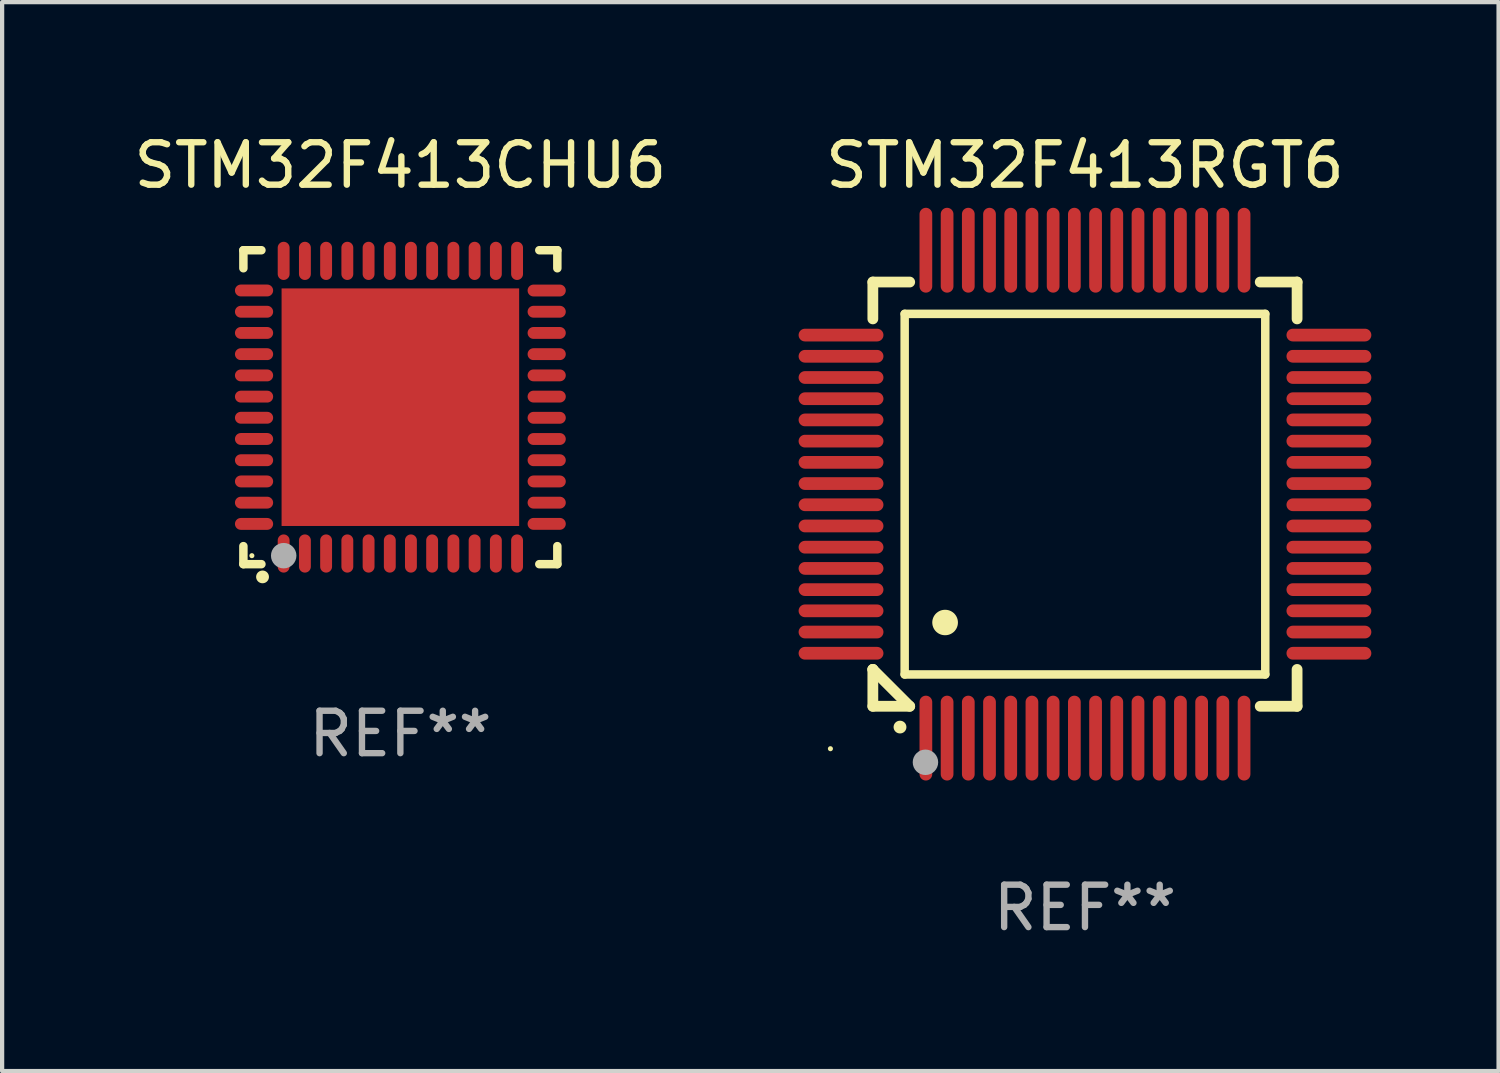
<source format=kicad_pcb>
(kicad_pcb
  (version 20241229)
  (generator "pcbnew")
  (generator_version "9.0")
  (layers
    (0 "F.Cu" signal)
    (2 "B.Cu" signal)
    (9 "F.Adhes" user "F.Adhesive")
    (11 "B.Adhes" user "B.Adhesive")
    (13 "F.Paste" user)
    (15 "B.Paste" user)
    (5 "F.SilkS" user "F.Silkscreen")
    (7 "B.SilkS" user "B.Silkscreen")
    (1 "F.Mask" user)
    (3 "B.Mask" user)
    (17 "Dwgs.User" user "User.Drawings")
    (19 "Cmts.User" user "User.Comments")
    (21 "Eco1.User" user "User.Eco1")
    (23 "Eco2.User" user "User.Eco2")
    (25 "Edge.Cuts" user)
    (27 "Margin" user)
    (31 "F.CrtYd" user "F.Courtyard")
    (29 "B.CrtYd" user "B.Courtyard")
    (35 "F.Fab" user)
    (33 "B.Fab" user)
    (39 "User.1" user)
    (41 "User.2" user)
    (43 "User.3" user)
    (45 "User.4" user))
  (footprint "STM32F413CHU6"
    (layer "F.Cu")
    (at 6.387 6.548)
    (property "Reference" "STM32F413CHU6" (at 0 -5.7 0) (layer "F.SilkS") (effects (font (size 1 1) (thickness 0.15))))
    (attr through_hole)
    (fp_line (start -3.7 -3.7) (end -3.275 -3.7) (stroke (width 0.2) (type solid)) (layer "F.SilkS"))
    (fp_line (start -3.7 -3.275) (end -3.7 -3.7) (stroke (width 0.2) (type solid)) (layer "F.SilkS"))
    (fp_line (start -3.7 3.7) (end -3.7 3.275) (stroke (width 0.2) (type solid)) (layer "F.SilkS"))
    (fp_line (start -3.275 3.7) (end -3.7 3.7) (stroke (width 0.2) (type solid)) (layer "F.SilkS"))
    (fp_line (start 3.7 -3.7) (end 3.275 -3.7) (stroke (width 0.2) (type solid)) (layer "F.SilkS"))
    (fp_line (start 3.7 -3.275) (end 3.7 -3.7) (stroke (width 0.2) (type solid)) (layer "F.SilkS"))
    (fp_line (start 3.7 3.275) (end 3.7 3.7) (stroke (width 0.2) (type solid)) (layer "F.SilkS"))
    (fp_line (start 3.7 3.7) (end 3.275 3.7) (stroke (width 0.2) (type solid)) (layer "F.SilkS"))
    (fp_arc (start -3.249936 3.999975) (mid -3.248666 3.99997) (end -3.247396 3.999975) (stroke (width 0.3) (type solid)) (layer "F.SilkS"))
    (fp_circle (center -3.5 3.5) (end -3.47 3.5) (stroke (width 0.06) (type solid)) (fill no) (layer "F.SilkS"))
    (fp_circle (center -2.75 3.5) (end -2.6 3.5) (stroke (width 0.3) (type solid)) (fill no) (layer "F.Fab"))
    (fp_text user "REF**" (at 0 7.7 0) (layer "F.Fab") (effects (font (size 1 1) (thickness 0.15))))
    (pad "1" smd oval (at -2.751 3.449) (size 0.28 0.9) (layers "F.Cu" "F.Mask" "F.Paste"))
    (pad "2" smd oval (at -2.25 3.449) (size 0.28 0.9) (layers "F.Cu" "F.Mask" "F.Paste"))
    (pad "3" smd oval (at -1.75 3.449) (size 0.28 0.9) (layers "F.Cu" "F.Mask" "F.Paste"))
    (pad "4" smd oval (at -1.25 3.449) (size 0.28 0.9) (layers "F.Cu" "F.Mask" "F.Paste"))
    (pad "5" smd oval (at -0.749 3.449) (size 0.28 0.9) (layers "F.Cu" "F.Mask" "F.Paste"))
    (pad "6" smd oval (at -0.249 3.449) (size 0.28 0.9) (layers "F.Cu" "F.Mask" "F.Paste"))
    (pad "7" smd oval (at 0.249 3.449) (size 0.28 0.9) (layers "F.Cu" "F.Mask" "F.Paste"))
    (pad "8" smd oval (at 0.749 3.449) (size 0.28 0.9) (layers "F.Cu" "F.Mask" "F.Paste"))
    (pad "9" smd oval (at 1.25 3.449) (size 0.28 0.9) (layers "F.Cu" "F.Mask" "F.Paste"))
    (pad "10" smd oval (at 1.75 3.449) (size 0.28 0.9) (layers "F.Cu" "F.Mask" "F.Paste"))
    (pad "11" smd oval (at 2.251 3.449) (size 0.28 0.9) (layers "F.Cu" "F.Mask" "F.Paste"))
    (pad "12" smd oval (at 2.751 3.449) (size 0.28 0.9) (layers "F.Cu" "F.Mask" "F.Paste"))
    (pad "13" smd oval (at 3.449 2.75) (size 0.9 0.28) (layers "F.Cu" "F.Mask" "F.Paste"))
    (pad "14" smd oval (at 3.449 2.25) (size 0.9 0.28) (layers "F.Cu" "F.Mask" "F.Paste"))
    (pad "15" smd oval (at 3.449 1.75) (size 0.9 0.28) (layers "F.Cu" "F.Mask" "F.Paste"))
    (pad "16" smd oval (at 3.449 1.25) (size 0.9 0.28) (layers "F.Cu" "F.Mask" "F.Paste"))
    (pad "17" smd oval (at 3.449 0.75) (size 0.9 0.28) (layers "F.Cu" "F.Mask" "F.Paste"))
    (pad "18" smd oval (at 3.449 0.25) (size 0.9 0.28) (layers "F.Cu" "F.Mask" "F.Paste"))
    (pad "19" smd oval (at 3.449 -0.25) (size 0.9 0.28) (layers "F.Cu" "F.Mask" "F.Paste"))
    (pad "20" smd oval (at 3.449 -0.75) (size 0.9 0.28) (layers "F.Cu" "F.Mask" "F.Paste"))
    (pad "21" smd oval (at 3.449 -1.25) (size 0.9 0.28) (layers "F.Cu" "F.Mask" "F.Paste"))
    (pad "22" smd oval (at 3.449 -1.75) (size 0.9 0.28) (layers "F.Cu" "F.Mask" "F.Paste"))
    (pad "23" smd oval (at 3.449 -2.25) (size 0.9 0.28) (layers "F.Cu" "F.Mask" "F.Paste"))
    (pad "24" smd oval (at 3.449 -2.75) (size 0.9 0.28) (layers "F.Cu" "F.Mask" "F.Paste"))
    (pad "25" smd oval (at 2.751 -3.449) (size 0.28 0.9) (layers "F.Cu" "F.Mask" "F.Paste"))
    (pad "26" smd oval (at 2.251 -3.449) (size 0.28 0.9) (layers "F.Cu" "F.Mask" "F.Paste"))
    (pad "27" smd oval (at 1.75 -3.449) (size 0.28 0.9) (layers "F.Cu" "F.Mask" "F.Paste"))
    (pad "28" smd oval (at 1.25 -3.449) (size 0.28 0.9) (layers "F.Cu" "F.Mask" "F.Paste"))
    (pad "29" smd oval (at 0.749 -3.449) (size 0.28 0.9) (layers "F.Cu" "F.Mask" "F.Paste"))
    (pad "30" smd oval (at 0.249 -3.449) (size 0.28 0.9) (layers "F.Cu" "F.Mask" "F.Paste"))
    (pad "31" smd oval (at -0.249 -3.449) (size 0.28 0.9) (layers "F.Cu" "F.Mask" "F.Paste"))
    (pad "32" smd oval (at -0.749 -3.449) (size 0.28 0.9) (layers "F.Cu" "F.Mask" "F.Paste"))
    (pad "33" smd oval (at -1.25 -3.449) (size 0.28 0.9) (layers "F.Cu" "F.Mask" "F.Paste"))
    (pad "34" smd oval (at -1.75 -3.449) (size 0.28 0.9) (layers "F.Cu" "F.Mask" "F.Paste"))
    (pad "35" smd oval (at -2.25 -3.449) (size 0.28 0.9) (layers "F.Cu" "F.Mask" "F.Paste"))
    (pad "36" smd oval (at -2.751 -3.449) (size 0.28 0.9) (layers "F.Cu" "F.Mask" "F.Paste"))
    (pad "37" smd oval (at -3.449 -2.751) (size 0.9 0.28) (layers "F.Cu" "F.Mask" "F.Paste"))
    (pad "38" smd oval (at -3.449 -2.25) (size 0.9 0.28) (layers "F.Cu" "F.Mask" "F.Paste"))
    (pad "39" smd oval (at -3.449 -1.75) (size 0.9 0.28) (layers "F.Cu" "F.Mask" "F.Paste"))
    (pad "40" smd oval (at -3.449 -1.25) (size 0.9 0.28) (layers "F.Cu" "F.Mask" "F.Paste"))
    (pad "41" smd oval (at -3.449 -0.749) (size 0.9 0.28) (layers "F.Cu" "F.Mask" "F.Paste"))
    (pad "42" smd oval (at -3.449 -0.249) (size 0.9 0.28) (layers "F.Cu" "F.Mask" "F.Paste"))
    (pad "43" smd oval (at -3.449 0.249) (size 0.9 0.28) (layers "F.Cu" "F.Mask" "F.Paste"))
    (pad "44" smd oval (at -3.449 0.749) (size 0.9 0.28) (layers "F.Cu" "F.Mask" "F.Paste"))
    (pad "45" smd oval (at -3.449 1.25) (size 0.9 0.28) (layers "F.Cu" "F.Mask" "F.Paste"))
    (pad "46" smd oval (at -3.449 1.75) (size 0.9 0.28) (layers "F.Cu" "F.Mask" "F.Paste"))
    (pad "47" smd oval (at -3.449 2.25) (size 0.9 0.28) (layers "F.Cu" "F.Mask" "F.Paste"))
    (pad "48" smd oval (at -3.449 2.751) (size 0.9 0.28) (layers "F.Cu" "F.Mask" "F.Paste"))
    (pad "49" smd rect (at 0.000076 -0.000025) (size 5.6 5.6) (layers "F.Cu" "F.Mask" "F.Paste")))
  (footprint "STM32F413RGT6"
    (layer "F.Cu")
    (at 22.524 8.598)
    (property "Reference" "STM32F413RGT6" (at 0 -7.75 0) (layer "F.SilkS") (effects (font (size 1 1) (thickness 0.15))))
    (attr through_hole)
    (fp_line (start -5 -5) (end -4.131 -5) (stroke (width 0.254) (type solid)) (layer "F.SilkS"))
    (fp_line (start -5 -4.131) (end -5 -5) (stroke (width 0.254) (type solid)) (layer "F.SilkS"))
    (fp_line (start -5 4.131) (end -5 4.131) (stroke (width 0.254) (type solid)) (layer "F.SilkS"))
    (fp_line (start -5 5) (end -5 4.131) (stroke (width 0.254) (type solid)) (layer "F.SilkS"))
    (fp_line (start -5 4.131) (end -4.131 5) (stroke (width 0.254) (type solid)) (layer "F.SilkS"))
    (fp_line (start -4.25 -4.25) (end -4.25 4.25) (stroke (width 0.2) (type solid)) (layer "F.SilkS"))
    (fp_line (start -4.25 4.25) (end 4.25 4.25) (stroke (width 0.2) (type solid)) (layer "F.SilkS"))
    (fp_line (start -4.131 5) (end -5 5) (stroke (width 0.254) (type solid)) (layer "F.SilkS"))
    (fp_line (start 4.25 -4.25) (end -4.25 -4.25) (stroke (width 0.2) (type solid)) (layer "F.SilkS"))
    (fp_line (start 4.25 4.25) (end 4.25 -4.25) (stroke (width 0.2) (type solid)) (layer "F.SilkS"))
    (fp_line (start 5 -5) (end 4.131 -5) (stroke (width 0.254) (type solid)) (layer "F.SilkS"))
    (fp_line (start 5 -5) (end 5 -4.131) (stroke (width 0.254) (type solid)) (layer "F.SilkS"))
    (fp_line (start 5 4.131) (end 5 5) (stroke (width 0.254) (type solid)) (layer "F.SilkS"))
    (fp_line (start 5 5) (end 4.131 5) (stroke (width 0.254) (type solid)) (layer "F.SilkS"))
    (fp_arc (start -4.361265 5.489992) (mid -4.359995 5.489987) (end -4.358725 5.489992) (stroke (width 0.3) (type solid)) (layer "F.SilkS"))
    (fp_arc (start -3.299467 3.025146) (mid -3.296927 3.025135) (end -3.294387 3.025146) (stroke (width 0.6) (type solid)) (layer "F.SilkS"))
    (fp_circle (center -6 6) (end -5.97 6) (stroke (width 0.06) (type solid)) (fill no) (layer "F.SilkS"))
    (fp_circle (center -3.76 6.32) (end -3.61 6.32) (stroke (width 0.3) (type solid)) (fill no) (layer "F.Fab"))
    (fp_text user "REF**" (at 0 9.75 0) (layer "F.Fab") (effects (font (size 1 1) (thickness 0.15))))
    (pad "1" smd oval (at -3.75 5.75) (size 0.3 2) (layers "F.Cu" "F.Mask" "F.Paste"))
    (pad "2" smd oval (at -3.25 5.75) (size 0.3 2) (layers "F.Cu" "F.Mask" "F.Paste"))
    (pad "3" smd oval (at -2.75 5.75) (size 0.3 2) (layers "F.Cu" "F.Mask" "F.Paste"))
    (pad "4" smd oval (at -2.25 5.75) (size 0.3 2) (layers "F.Cu" "F.Mask" "F.Paste"))
    (pad "5" smd oval (at -1.75 5.75) (size 0.3 2) (layers "F.Cu" "F.Mask" "F.Paste"))
    (pad "6" smd oval (at -1.25 5.75) (size 0.3 2) (layers "F.Cu" "F.Mask" "F.Paste"))
    (pad "7" smd oval (at -0.75 5.75) (size 0.3 2) (layers "F.Cu" "F.Mask" "F.Paste"))
    (pad "8" smd oval (at -0.25 5.75) (size 0.3 2) (layers "F.Cu" "F.Mask" "F.Paste"))
    (pad "9" smd oval (at 0.25 5.75) (size 0.3 2) (layers "F.Cu" "F.Mask" "F.Paste"))
    (pad "10" smd oval (at 0.75 5.75) (size 0.3 2) (layers "F.Cu" "F.Mask" "F.Paste"))
    (pad "11" smd oval (at 1.25 5.75) (size 0.3 2) (layers "F.Cu" "F.Mask" "F.Paste"))
    (pad "12" smd oval (at 1.75 5.75) (size 0.3 2) (layers "F.Cu" "F.Mask" "F.Paste"))
    (pad "13" smd oval (at 2.25 5.75) (size 0.3 2) (layers "F.Cu" "F.Mask" "F.Paste"))
    (pad "14" smd oval (at 2.75 5.75) (size 0.3 2) (layers "F.Cu" "F.Mask" "F.Paste"))
    (pad "15" smd oval (at 3.25 5.75) (size 0.3 2) (layers "F.Cu" "F.Mask" "F.Paste"))
    (pad "16" smd oval (at 3.75 5.75) (size 0.3 2) (layers "F.Cu" "F.Mask" "F.Paste"))
    (pad "17" smd oval (at 5.75 3.75) (size 2 0.3) (layers "F.Cu" "F.Mask" "F.Paste"))
    (pad "18" smd oval (at 5.75 3.25) (size 2 0.3) (layers "F.Cu" "F.Mask" "F.Paste"))
    (pad "19" smd oval (at 5.75 2.75) (size 2 0.3) (layers "F.Cu" "F.Mask" "F.Paste"))
    (pad "20" smd oval (at 5.75 2.25) (size 2 0.3) (layers "F.Cu" "F.Mask" "F.Paste"))
    (pad "21" smd oval (at 5.75 1.75) (size 2 0.3) (layers "F.Cu" "F.Mask" "F.Paste"))
    (pad "22" smd oval (at 5.75 1.25) (size 2 0.3) (layers "F.Cu" "F.Mask" "F.Paste"))
    (pad "23" smd oval (at 5.75 0.75) (size 2 0.3) (layers "F.Cu" "F.Mask" "F.Paste"))
    (pad "24" smd oval (at 5.75 0.25) (size 2 0.3) (layers "F.Cu" "F.Mask" "F.Paste"))
    (pad "25" smd oval (at 5.75 -0.25) (size 2 0.3) (layers "F.Cu" "F.Mask" "F.Paste"))
    (pad "26" smd oval (at 5.75 -0.75) (size 2 0.3) (layers "F.Cu" "F.Mask" "F.Paste"))
    (pad "27" smd oval (at 5.75 -1.25) (size 2 0.3) (layers "F.Cu" "F.Mask" "F.Paste"))
    (pad "28" smd oval (at 5.75 -1.75) (size 2 0.3) (layers "F.Cu" "F.Mask" "F.Paste"))
    (pad "29" smd oval (at 5.75 -2.25) (size 2 0.3) (layers "F.Cu" "F.Mask" "F.Paste"))
    (pad "30" smd oval (at 5.75 -2.75) (size 2 0.3) (layers "F.Cu" "F.Mask" "F.Paste"))
    (pad "31" smd oval (at 5.75 -3.25) (size 2 0.3) (layers "F.Cu" "F.Mask" "F.Paste"))
    (pad "32" smd oval (at 5.75 -3.75) (size 2 0.3) (layers "F.Cu" "F.Mask" "F.Paste"))
    (pad "33" smd oval (at 3.75 -5.75) (size 0.3 2) (layers "F.Cu" "F.Mask" "F.Paste"))
    (pad "34" smd oval (at 3.25 -5.75) (size 0.3 2) (layers "F.Cu" "F.Mask" "F.Paste"))
    (pad "35" smd oval (at 2.75 -5.75) (size 0.3 2) (layers "F.Cu" "F.Mask" "F.Paste"))
    (pad "36" smd oval (at 2.25 -5.75) (size 0.3 2) (layers "F.Cu" "F.Mask" "F.Paste"))
    (pad "37" smd oval (at 1.75 -5.75) (size 0.3 2) (layers "F.Cu" "F.Mask" "F.Paste"))
    (pad "38" smd oval (at 1.25 -5.75) (size 0.3 2) (layers "F.Cu" "F.Mask" "F.Paste"))
    (pad "39" smd oval (at 0.75 -5.75) (size 0.3 2) (layers "F.Cu" "F.Mask" "F.Paste"))
    (pad "40" smd oval (at 0.25 -5.75) (size 0.3 2) (layers "F.Cu" "F.Mask" "F.Paste"))
    (pad "41" smd oval (at -0.25 -5.75) (size 0.3 2) (layers "F.Cu" "F.Mask" "F.Paste"))
    (pad "42" smd oval (at -0.75 -5.75) (size 0.3 2) (layers "F.Cu" "F.Mask" "F.Paste"))
    (pad "43" smd oval (at -1.25 -5.75) (size 0.3 2) (layers "F.Cu" "F.Mask" "F.Paste"))
    (pad "44" smd oval (at -1.75 -5.75) (size 0.3 2) (layers "F.Cu" "F.Mask" "F.Paste"))
    (pad "45" smd oval (at -2.25 -5.75) (size 0.3 2) (layers "F.Cu" "F.Mask" "F.Paste"))
    (pad "46" smd oval (at -2.75 -5.75) (size 0.3 2) (layers "F.Cu" "F.Mask" "F.Paste"))
    (pad "47" smd oval (at -3.25 -5.75) (size 0.3 2) (layers "F.Cu" "F.Mask" "F.Paste"))
    (pad "48" smd oval (at -3.75 -5.75) (size 0.3 2) (layers "F.Cu" "F.Mask" "F.Paste"))
    (pad "49" smd oval (at -5.75 -3.75) (size 2 0.3) (layers "F.Cu" "F.Mask" "F.Paste"))
    (pad "50" smd oval (at -5.75 -3.25) (size 2 0.3) (layers "F.Cu" "F.Mask" "F.Paste"))
    (pad "51" smd oval (at -5.75 -2.75) (size 2 0.3) (layers "F.Cu" "F.Mask" "F.Paste"))
    (pad "52" smd oval (at -5.75 -2.25) (size 2 0.3) (layers "F.Cu" "F.Mask" "F.Paste"))
    (pad "53" smd oval (at -5.75 -1.75) (size 2 0.3) (layers "F.Cu" "F.Mask" "F.Paste"))
    (pad "54" smd oval (at -5.75 -1.25) (size 2 0.3) (layers "F.Cu" "F.Mask" "F.Paste"))
    (pad "55" smd oval (at -5.75 -0.75) (size 2 0.3) (layers "F.Cu" "F.Mask" "F.Paste"))
    (pad "56" smd oval (at -5.75 -0.25) (size 2 0.3) (layers "F.Cu" "F.Mask" "F.Paste"))
    (pad "57" smd oval (at -5.75 0.25) (size 2 0.3) (layers "F.Cu" "F.Mask" "F.Paste"))
    (pad "58" smd oval (at -5.75 0.75) (size 2 0.3) (layers "F.Cu" "F.Mask" "F.Paste"))
    (pad "59" smd oval (at -5.75 1.25) (size 2 0.3) (layers "F.Cu" "F.Mask" "F.Paste"))
    (pad "60" smd oval (at -5.75 1.75) (size 2 0.3) (layers "F.Cu" "F.Mask" "F.Paste"))
    (pad "61" smd oval (at -5.75 2.25) (size 2 0.3) (layers "F.Cu" "F.Mask" "F.Paste"))
    (pad "62" smd oval (at -5.75 2.75) (size 2 0.3) (layers "F.Cu" "F.Mask" "F.Paste"))
    (pad "63" smd oval (at -5.75 3.25) (size 2 0.3) (layers "F.Cu" "F.Mask" "F.Paste"))
    (pad "64" smd oval (at -5.75 3.75) (size 2 0.3) (layers "F.Cu" "F.Mask" "F.Paste")))
  (gr_rect
    (start -3 -3)
    (end 32.273 22.196)
    (stroke (width 0.1) (type default))
    (fill no)
    (layer "Edge.Cuts")))
</source>
